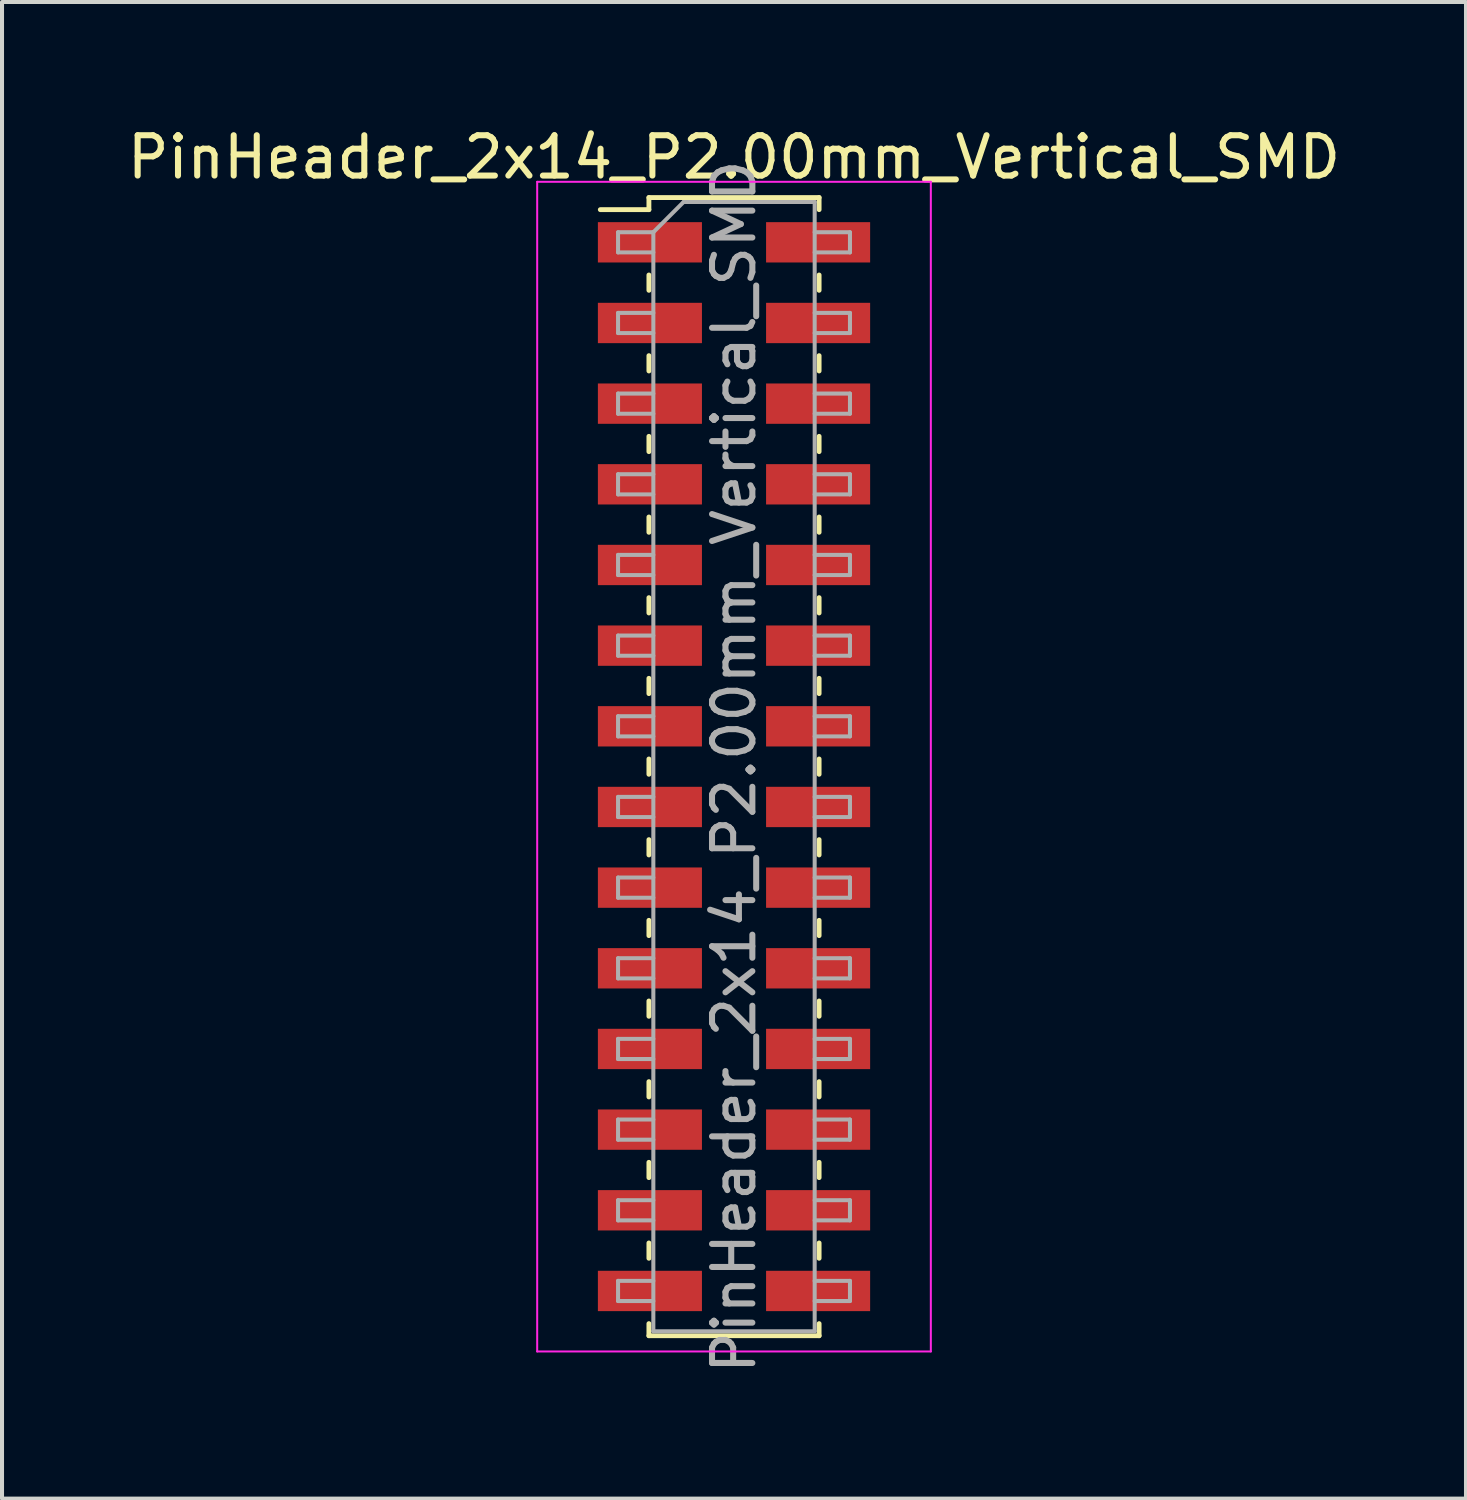
<source format=kicad_pcb>
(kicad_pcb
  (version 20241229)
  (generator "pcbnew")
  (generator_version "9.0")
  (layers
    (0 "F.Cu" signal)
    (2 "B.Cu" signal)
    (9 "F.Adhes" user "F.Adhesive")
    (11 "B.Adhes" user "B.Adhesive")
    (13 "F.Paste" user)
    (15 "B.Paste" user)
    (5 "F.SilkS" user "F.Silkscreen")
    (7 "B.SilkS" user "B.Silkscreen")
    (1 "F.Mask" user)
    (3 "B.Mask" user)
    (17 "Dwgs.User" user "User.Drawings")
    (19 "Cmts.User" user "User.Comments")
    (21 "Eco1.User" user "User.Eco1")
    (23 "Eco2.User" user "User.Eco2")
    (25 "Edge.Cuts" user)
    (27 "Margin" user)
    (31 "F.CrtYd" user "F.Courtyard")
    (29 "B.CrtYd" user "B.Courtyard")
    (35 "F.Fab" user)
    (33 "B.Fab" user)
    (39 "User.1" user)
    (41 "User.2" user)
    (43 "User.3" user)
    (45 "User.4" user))
  (footprint "PinHeader_2x14_P2.00mm_Vertical_SMD"
    (layer "F.Cu")
    (at 15.149 15.958)
    (property "Reference" "PinHeader_2x14_P2.00mm_Vertical_SMD" (at 0 -15.11 0) (layer "F.SilkS") (effects (font (size 1 1) (thickness 0.15))))
    (attr smd)
    (fp_line (start -3.315 -13.81) (end -2.11 -13.81) (stroke (width 0.12) (type solid)) (layer "F.SilkS"))
    (fp_line (start -2.11 -14.11) (end -2.11 -13.81) (stroke (width 0.12) (type solid)) (layer "F.SilkS"))
    (fp_line (start -2.11 -14.11) (end 2.11 -14.11) (stroke (width 0.12) (type solid)) (layer "F.SilkS"))
    (fp_line (start -2.11 -12.19) (end -2.11 -11.81) (stroke (width 0.12) (type solid)) (layer "F.SilkS"))
    (fp_line (start -2.11 -10.19) (end -2.11 -9.81) (stroke (width 0.12) (type solid)) (layer "F.SilkS"))
    (fp_line (start -2.11 -8.19) (end -2.11 -7.81) (stroke (width 0.12) (type solid)) (layer "F.SilkS"))
    (fp_line (start -2.11 -6.19) (end -2.11 -5.81) (stroke (width 0.12) (type solid)) (layer "F.SilkS"))
    (fp_line (start -2.11 -4.19) (end -2.11 -3.81) (stroke (width 0.12) (type solid)) (layer "F.SilkS"))
    (fp_line (start -2.11 -2.19) (end -2.11 -1.81) (stroke (width 0.12) (type solid)) (layer "F.SilkS"))
    (fp_line (start -2.11 -0.19) (end -2.11 0.19) (stroke (width 0.12) (type solid)) (layer "F.SilkS"))
    (fp_line (start -2.11 1.81) (end -2.11 2.19) (stroke (width 0.12) (type solid)) (layer "F.SilkS"))
    (fp_line (start -2.11 3.81) (end -2.11 4.19) (stroke (width 0.12) (type solid)) (layer "F.SilkS"))
    (fp_line (start -2.11 5.81) (end -2.11 6.19) (stroke (width 0.12) (type solid)) (layer "F.SilkS"))
    (fp_line (start -2.11 7.81) (end -2.11 8.19) (stroke (width 0.12) (type solid)) (layer "F.SilkS"))
    (fp_line (start -2.11 9.81) (end -2.11 10.19) (stroke (width 0.12) (type solid)) (layer "F.SilkS"))
    (fp_line (start -2.11 11.81) (end -2.11 12.19) (stroke (width 0.12) (type solid)) (layer "F.SilkS"))
    (fp_line (start -2.11 13.81) (end -2.11 14.11) (stroke (width 0.12) (type solid)) (layer "F.SilkS"))
    (fp_line (start -2.11 14.11) (end 2.11 14.11) (stroke (width 0.12) (type solid)) (layer "F.SilkS"))
    (fp_line (start 2.11 -14.11) (end 2.11 -13.81) (stroke (width 0.12) (type solid)) (layer "F.SilkS"))
    (fp_line (start 2.11 -12.19) (end 2.11 -11.81) (stroke (width 0.12) (type solid)) (layer "F.SilkS"))
    (fp_line (start 2.11 -10.19) (end 2.11 -9.81) (stroke (width 0.12) (type solid)) (layer "F.SilkS"))
    (fp_line (start 2.11 -8.19) (end 2.11 -7.81) (stroke (width 0.12) (type solid)) (layer "F.SilkS"))
    (fp_line (start 2.11 -6.19) (end 2.11 -5.81) (stroke (width 0.12) (type solid)) (layer "F.SilkS"))
    (fp_line (start 2.11 -4.19) (end 2.11 -3.81) (stroke (width 0.12) (type solid)) (layer "F.SilkS"))
    (fp_line (start 2.11 -2.19) (end 2.11 -1.81) (stroke (width 0.12) (type solid)) (layer "F.SilkS"))
    (fp_line (start 2.11 -0.19) (end 2.11 0.19) (stroke (width 0.12) (type solid)) (layer "F.SilkS"))
    (fp_line (start 2.11 1.81) (end 2.11 2.19) (stroke (width 0.12) (type solid)) (layer "F.SilkS"))
    (fp_line (start 2.11 3.81) (end 2.11 4.19) (stroke (width 0.12) (type solid)) (layer "F.SilkS"))
    (fp_line (start 2.11 5.81) (end 2.11 6.19) (stroke (width 0.12) (type solid)) (layer "F.SilkS"))
    (fp_line (start 2.11 7.81) (end 2.11 8.19) (stroke (width 0.12) (type solid)) (layer "F.SilkS"))
    (fp_line (start 2.11 9.81) (end 2.11 10.19) (stroke (width 0.12) (type solid)) (layer "F.SilkS"))
    (fp_line (start 2.11 11.81) (end 2.11 12.19) (stroke (width 0.12) (type solid)) (layer "F.SilkS"))
    (fp_line (start 2.11 13.81) (end 2.11 14.11) (stroke (width 0.12) (type solid)) (layer "F.SilkS"))
    (fp_line (start -4.88 -14.5) (end -4.88 14.5) (stroke (width 0.05) (type solid)) (layer "F.CrtYd"))
    (fp_line (start -4.88 14.5) (end 4.88 14.5) (stroke (width 0.05) (type solid)) (layer "F.CrtYd"))
    (fp_line (start 4.88 -14.5) (end -4.88 -14.5) (stroke (width 0.05) (type solid)) (layer "F.CrtYd"))
    (fp_line (start 4.88 14.5) (end 4.88 -14.5) (stroke (width 0.05) (type solid)) (layer "F.CrtYd"))
    (fp_line (start -2.875 -13.25) (end -2.875 -12.75) (stroke (width 0.1) (type solid)) (layer "F.Fab"))
    (fp_line (start -2.875 -12.75) (end -2 -12.75) (stroke (width 0.1) (type solid)) (layer "F.Fab"))
    (fp_line (start -2.875 -11.25) (end -2.875 -10.75) (stroke (width 0.1) (type solid)) (layer "F.Fab"))
    (fp_line (start -2.875 -10.75) (end -2 -10.75) (stroke (width 0.1) (type solid)) (layer "F.Fab"))
    (fp_line (start -2.875 -9.25) (end -2.875 -8.75) (stroke (width 0.1) (type solid)) (layer "F.Fab"))
    (fp_line (start -2.875 -8.75) (end -2 -8.75) (stroke (width 0.1) (type solid)) (layer "F.Fab"))
    (fp_line (start -2.875 -7.25) (end -2.875 -6.75) (stroke (width 0.1) (type solid)) (layer "F.Fab"))
    (fp_line (start -2.875 -6.75) (end -2 -6.75) (stroke (width 0.1) (type solid)) (layer "F.Fab"))
    (fp_line (start -2.875 -5.25) (end -2.875 -4.75) (stroke (width 0.1) (type solid)) (layer "F.Fab"))
    (fp_line (start -2.875 -4.75) (end -2 -4.75) (stroke (width 0.1) (type solid)) (layer "F.Fab"))
    (fp_line (start -2.875 -3.25) (end -2.875 -2.75) (stroke (width 0.1) (type solid)) (layer "F.Fab"))
    (fp_line (start -2.875 -2.75) (end -2 -2.75) (stroke (width 0.1) (type solid)) (layer "F.Fab"))
    (fp_line (start -2.875 -1.25) (end -2.875 -0.75) (stroke (width 0.1) (type solid)) (layer "F.Fab"))
    (fp_line (start -2.875 -0.75) (end -2 -0.75) (stroke (width 0.1) (type solid)) (layer "F.Fab"))
    (fp_line (start -2.875 0.75) (end -2.875 1.25) (stroke (width 0.1) (type solid)) (layer "F.Fab"))
    (fp_line (start -2.875 1.25) (end -2 1.25) (stroke (width 0.1) (type solid)) (layer "F.Fab"))
    (fp_line (start -2.875 2.75) (end -2.875 3.25) (stroke (width 0.1) (type solid)) (layer "F.Fab"))
    (fp_line (start -2.875 3.25) (end -2 3.25) (stroke (width 0.1) (type solid)) (layer "F.Fab"))
    (fp_line (start -2.875 4.75) (end -2.875 5.25) (stroke (width 0.1) (type solid)) (layer "F.Fab"))
    (fp_line (start -2.875 5.25) (end -2 5.25) (stroke (width 0.1) (type solid)) (layer "F.Fab"))
    (fp_line (start -2.875 6.75) (end -2.875 7.25) (stroke (width 0.1) (type solid)) (layer "F.Fab"))
    (fp_line (start -2.875 7.25) (end -2 7.25) (stroke (width 0.1) (type solid)) (layer "F.Fab"))
    (fp_line (start -2.875 8.75) (end -2.875 9.25) (stroke (width 0.1) (type solid)) (layer "F.Fab"))
    (fp_line (start -2.875 9.25) (end -2 9.25) (stroke (width 0.1) (type solid)) (layer "F.Fab"))
    (fp_line (start -2.875 10.75) (end -2.875 11.25) (stroke (width 0.1) (type solid)) (layer "F.Fab"))
    (fp_line (start -2.875 11.25) (end -2 11.25) (stroke (width 0.1) (type solid)) (layer "F.Fab"))
    (fp_line (start -2.875 12.75) (end -2.875 13.25) (stroke (width 0.1) (type solid)) (layer "F.Fab"))
    (fp_line (start -2.875 13.25) (end -2 13.25) (stroke (width 0.1) (type solid)) (layer "F.Fab"))
    (fp_line (start -2 -13.25) (end -2.875 -13.25) (stroke (width 0.1) (type solid)) (layer "F.Fab"))
    (fp_line (start -2 -13.25) (end -1.25 -14) (stroke (width 0.1) (type solid)) (layer "F.Fab"))
    (fp_line (start -2 -11.25) (end -2.875 -11.25) (stroke (width 0.1) (type solid)) (layer "F.Fab"))
    (fp_line (start -2 -9.25) (end -2.875 -9.25) (stroke (width 0.1) (type solid)) (layer "F.Fab"))
    (fp_line (start -2 -7.25) (end -2.875 -7.25) (stroke (width 0.1) (type solid)) (layer "F.Fab"))
    (fp_line (start -2 -5.25) (end -2.875 -5.25) (stroke (width 0.1) (type solid)) (layer "F.Fab"))
    (fp_line (start -2 -3.25) (end -2.875 -3.25) (stroke (width 0.1) (type solid)) (layer "F.Fab"))
    (fp_line (start -2 -1.25) (end -2.875 -1.25) (stroke (width 0.1) (type solid)) (layer "F.Fab"))
    (fp_line (start -2 0.75) (end -2.875 0.75) (stroke (width 0.1) (type solid)) (layer "F.Fab"))
    (fp_line (start -2 2.75) (end -2.875 2.75) (stroke (width 0.1) (type solid)) (layer "F.Fab"))
    (fp_line (start -2 4.75) (end -2.875 4.75) (stroke (width 0.1) (type solid)) (layer "F.Fab"))
    (fp_line (start -2 6.75) (end -2.875 6.75) (stroke (width 0.1) (type solid)) (layer "F.Fab"))
    (fp_line (start -2 8.75) (end -2.875 8.75) (stroke (width 0.1) (type solid)) (layer "F.Fab"))
    (fp_line (start -2 10.75) (end -2.875 10.75) (stroke (width 0.1) (type solid)) (layer "F.Fab"))
    (fp_line (start -2 12.75) (end -2.875 12.75) (stroke (width 0.1) (type solid)) (layer "F.Fab"))
    (fp_line (start -2 14) (end -2 -13.25) (stroke (width 0.1) (type solid)) (layer "F.Fab"))
    (fp_line (start -1.25 -14) (end 2 -14) (stroke (width 0.1) (type solid)) (layer "F.Fab"))
    (fp_line (start 2 -14) (end 2 14) (stroke (width 0.1) (type solid)) (layer "F.Fab"))
    (fp_line (start 2 -13.25) (end 2.875 -13.25) (stroke (width 0.1) (type solid)) (layer "F.Fab"))
    (fp_line (start 2 -11.25) (end 2.875 -11.25) (stroke (width 0.1) (type solid)) (layer "F.Fab"))
    (fp_line (start 2 -9.25) (end 2.875 -9.25) (stroke (width 0.1) (type solid)) (layer "F.Fab"))
    (fp_line (start 2 -7.25) (end 2.875 -7.25) (stroke (width 0.1) (type solid)) (layer "F.Fab"))
    (fp_line (start 2 -5.25) (end 2.875 -5.25) (stroke (width 0.1) (type solid)) (layer "F.Fab"))
    (fp_line (start 2 -3.25) (end 2.875 -3.25) (stroke (width 0.1) (type solid)) (layer "F.Fab"))
    (fp_line (start 2 -1.25) (end 2.875 -1.25) (stroke (width 0.1) (type solid)) (layer "F.Fab"))
    (fp_line (start 2 0.75) (end 2.875 0.75) (stroke (width 0.1) (type solid)) (layer "F.Fab"))
    (fp_line (start 2 2.75) (end 2.875 2.75) (stroke (width 0.1) (type solid)) (layer "F.Fab"))
    (fp_line (start 2 4.75) (end 2.875 4.75) (stroke (width 0.1) (type solid)) (layer "F.Fab"))
    (fp_line (start 2 6.75) (end 2.875 6.75) (stroke (width 0.1) (type solid)) (layer "F.Fab"))
    (fp_line (start 2 8.75) (end 2.875 8.75) (stroke (width 0.1) (type solid)) (layer "F.Fab"))
    (fp_line (start 2 10.75) (end 2.875 10.75) (stroke (width 0.1) (type solid)) (layer "F.Fab"))
    (fp_line (start 2 12.75) (end 2.875 12.75) (stroke (width 0.1) (type solid)) (layer "F.Fab"))
    (fp_line (start 2 14) (end -2 14) (stroke (width 0.1) (type solid)) (layer "F.Fab"))
    (fp_line (start 2.875 -13.25) (end 2.875 -12.75) (stroke (width 0.1) (type solid)) (layer "F.Fab"))
    (fp_line (start 2.875 -12.75) (end 2 -12.75) (stroke (width 0.1) (type solid)) (layer "F.Fab"))
    (fp_line (start 2.875 -11.25) (end 2.875 -10.75) (stroke (width 0.1) (type solid)) (layer "F.Fab"))
    (fp_line (start 2.875 -10.75) (end 2 -10.75) (stroke (width 0.1) (type solid)) (layer "F.Fab"))
    (fp_line (start 2.875 -9.25) (end 2.875 -8.75) (stroke (width 0.1) (type solid)) (layer "F.Fab"))
    (fp_line (start 2.875 -8.75) (end 2 -8.75) (stroke (width 0.1) (type solid)) (layer "F.Fab"))
    (fp_line (start 2.875 -7.25) (end 2.875 -6.75) (stroke (width 0.1) (type solid)) (layer "F.Fab"))
    (fp_line (start 2.875 -6.75) (end 2 -6.75) (stroke (width 0.1) (type solid)) (layer "F.Fab"))
    (fp_line (start 2.875 -5.25) (end 2.875 -4.75) (stroke (width 0.1) (type solid)) (layer "F.Fab"))
    (fp_line (start 2.875 -4.75) (end 2 -4.75) (stroke (width 0.1) (type solid)) (layer "F.Fab"))
    (fp_line (start 2.875 -3.25) (end 2.875 -2.75) (stroke (width 0.1) (type solid)) (layer "F.Fab"))
    (fp_line (start 2.875 -2.75) (end 2 -2.75) (stroke (width 0.1) (type solid)) (layer "F.Fab"))
    (fp_line (start 2.875 -1.25) (end 2.875 -0.75) (stroke (width 0.1) (type solid)) (layer "F.Fab"))
    (fp_line (start 2.875 -0.75) (end 2 -0.75) (stroke (width 0.1) (type solid)) (layer "F.Fab"))
    (fp_line (start 2.875 0.75) (end 2.875 1.25) (stroke (width 0.1) (type solid)) (layer "F.Fab"))
    (fp_line (start 2.875 1.25) (end 2 1.25) (stroke (width 0.1) (type solid)) (layer "F.Fab"))
    (fp_line (start 2.875 2.75) (end 2.875 3.25) (stroke (width 0.1) (type solid)) (layer "F.Fab"))
    (fp_line (start 2.875 3.25) (end 2 3.25) (stroke (width 0.1) (type solid)) (layer "F.Fab"))
    (fp_line (start 2.875 4.75) (end 2.875 5.25) (stroke (width 0.1) (type solid)) (layer "F.Fab"))
    (fp_line (start 2.875 5.25) (end 2 5.25) (stroke (width 0.1) (type solid)) (layer "F.Fab"))
    (fp_line (start 2.875 6.75) (end 2.875 7.25) (stroke (width 0.1) (type solid)) (layer "F.Fab"))
    (fp_line (start 2.875 7.25) (end 2 7.25) (stroke (width 0.1) (type solid)) (layer "F.Fab"))
    (fp_line (start 2.875 8.75) (end 2.875 9.25) (stroke (width 0.1) (type solid)) (layer "F.Fab"))
    (fp_line (start 2.875 9.25) (end 2 9.25) (stroke (width 0.1) (type solid)) (layer "F.Fab"))
    (fp_line (start 2.875 10.75) (end 2.875 11.25) (stroke (width 0.1) (type solid)) (layer "F.Fab"))
    (fp_line (start 2.875 11.25) (end 2 11.25) (stroke (width 0.1) (type solid)) (layer "F.Fab"))
    (fp_line (start 2.875 12.75) (end 2.875 13.25) (stroke (width 0.1) (type solid)) (layer "F.Fab"))
    (fp_line (start 2.875 13.25) (end 2 13.25) (stroke (width 0.1) (type solid)) (layer "F.Fab"))
    (fp_text user "${REFERENCE}" (at 0 0 90) (layer "F.Fab") (effects (font (size 1 1) (thickness 0.15))))
    (pad "1" smd rect (at -2.085 -13) (size 2.58 1) (layers "F.Cu" "F.Mask" "F.Paste"))
    (pad "2" smd rect (at 2.085 -13) (size 2.58 1) (layers "F.Cu" "F.Mask" "F.Paste"))
    (pad "3" smd rect (at -2.085 -11) (size 2.58 1) (layers "F.Cu" "F.Mask" "F.Paste"))
    (pad "4" smd rect (at 2.085 -11) (size 2.58 1) (layers "F.Cu" "F.Mask" "F.Paste"))
    (pad "5" smd rect (at -2.085 -9) (size 2.58 1) (layers "F.Cu" "F.Mask" "F.Paste"))
    (pad "6" smd rect (at 2.085 -9) (size 2.58 1) (layers "F.Cu" "F.Mask" "F.Paste"))
    (pad "7" smd rect (at -2.085 -7) (size 2.58 1) (layers "F.Cu" "F.Mask" "F.Paste"))
    (pad "8" smd rect (at 2.085 -7) (size 2.58 1) (layers "F.Cu" "F.Mask" "F.Paste"))
    (pad "9" smd rect (at -2.085 -5) (size 2.58 1) (layers "F.Cu" "F.Mask" "F.Paste"))
    (pad "10" smd rect (at 2.085 -5) (size 2.58 1) (layers "F.Cu" "F.Mask" "F.Paste"))
    (pad "11" smd rect (at -2.085 -3) (size 2.58 1) (layers "F.Cu" "F.Mask" "F.Paste"))
    (pad "12" smd rect (at 2.085 -3) (size 2.58 1) (layers "F.Cu" "F.Mask" "F.Paste"))
    (pad "13" smd rect (at -2.085 -1) (size 2.58 1) (layers "F.Cu" "F.Mask" "F.Paste"))
    (pad "14" smd rect (at 2.085 -1) (size 2.58 1) (layers "F.Cu" "F.Mask" "F.Paste"))
    (pad "15" smd rect (at -2.085 1) (size 2.58 1) (layers "F.Cu" "F.Mask" "F.Paste"))
    (pad "16" smd rect (at 2.085 1) (size 2.58 1) (layers "F.Cu" "F.Mask" "F.Paste"))
    (pad "17" smd rect (at -2.085 3) (size 2.58 1) (layers "F.Cu" "F.Mask" "F.Paste"))
    (pad "18" smd rect (at 2.085 3) (size 2.58 1) (layers "F.Cu" "F.Mask" "F.Paste"))
    (pad "19" smd rect (at -2.085 5) (size 2.58 1) (layers "F.Cu" "F.Mask" "F.Paste"))
    (pad "20" smd rect (at 2.085 5) (size 2.58 1) (layers "F.Cu" "F.Mask" "F.Paste"))
    (pad "21" smd rect (at -2.085 7) (size 2.58 1) (layers "F.Cu" "F.Mask" "F.Paste"))
    (pad "22" smd rect (at 2.085 7) (size 2.58 1) (layers "F.Cu" "F.Mask" "F.Paste"))
    (pad "23" smd rect (at -2.085 9) (size 2.58 1) (layers "F.Cu" "F.Mask" "F.Paste"))
    (pad "24" smd rect (at 2.085 9) (size 2.58 1) (layers "F.Cu" "F.Mask" "F.Paste"))
    (pad "25" smd rect (at -2.085 11) (size 2.58 1) (layers "F.Cu" "F.Mask" "F.Paste"))
    (pad "26" smd rect (at 2.085 11) (size 2.58 1) (layers "F.Cu" "F.Mask" "F.Paste"))
    (pad "27" smd rect (at -2.085 13) (size 2.58 1) (layers "F.Cu" "F.Mask" "F.Paste"))
    (pad "28" smd rect (at 2.085 13) (size 2.58 1) (layers "F.Cu" "F.Mask" "F.Paste")))
  (gr_rect
    (start -3 -3)
    (end 33.298 34.107)
    (stroke (width 0.1) (type default))
    (fill no)
    (layer "Edge.Cuts")))
</source>
